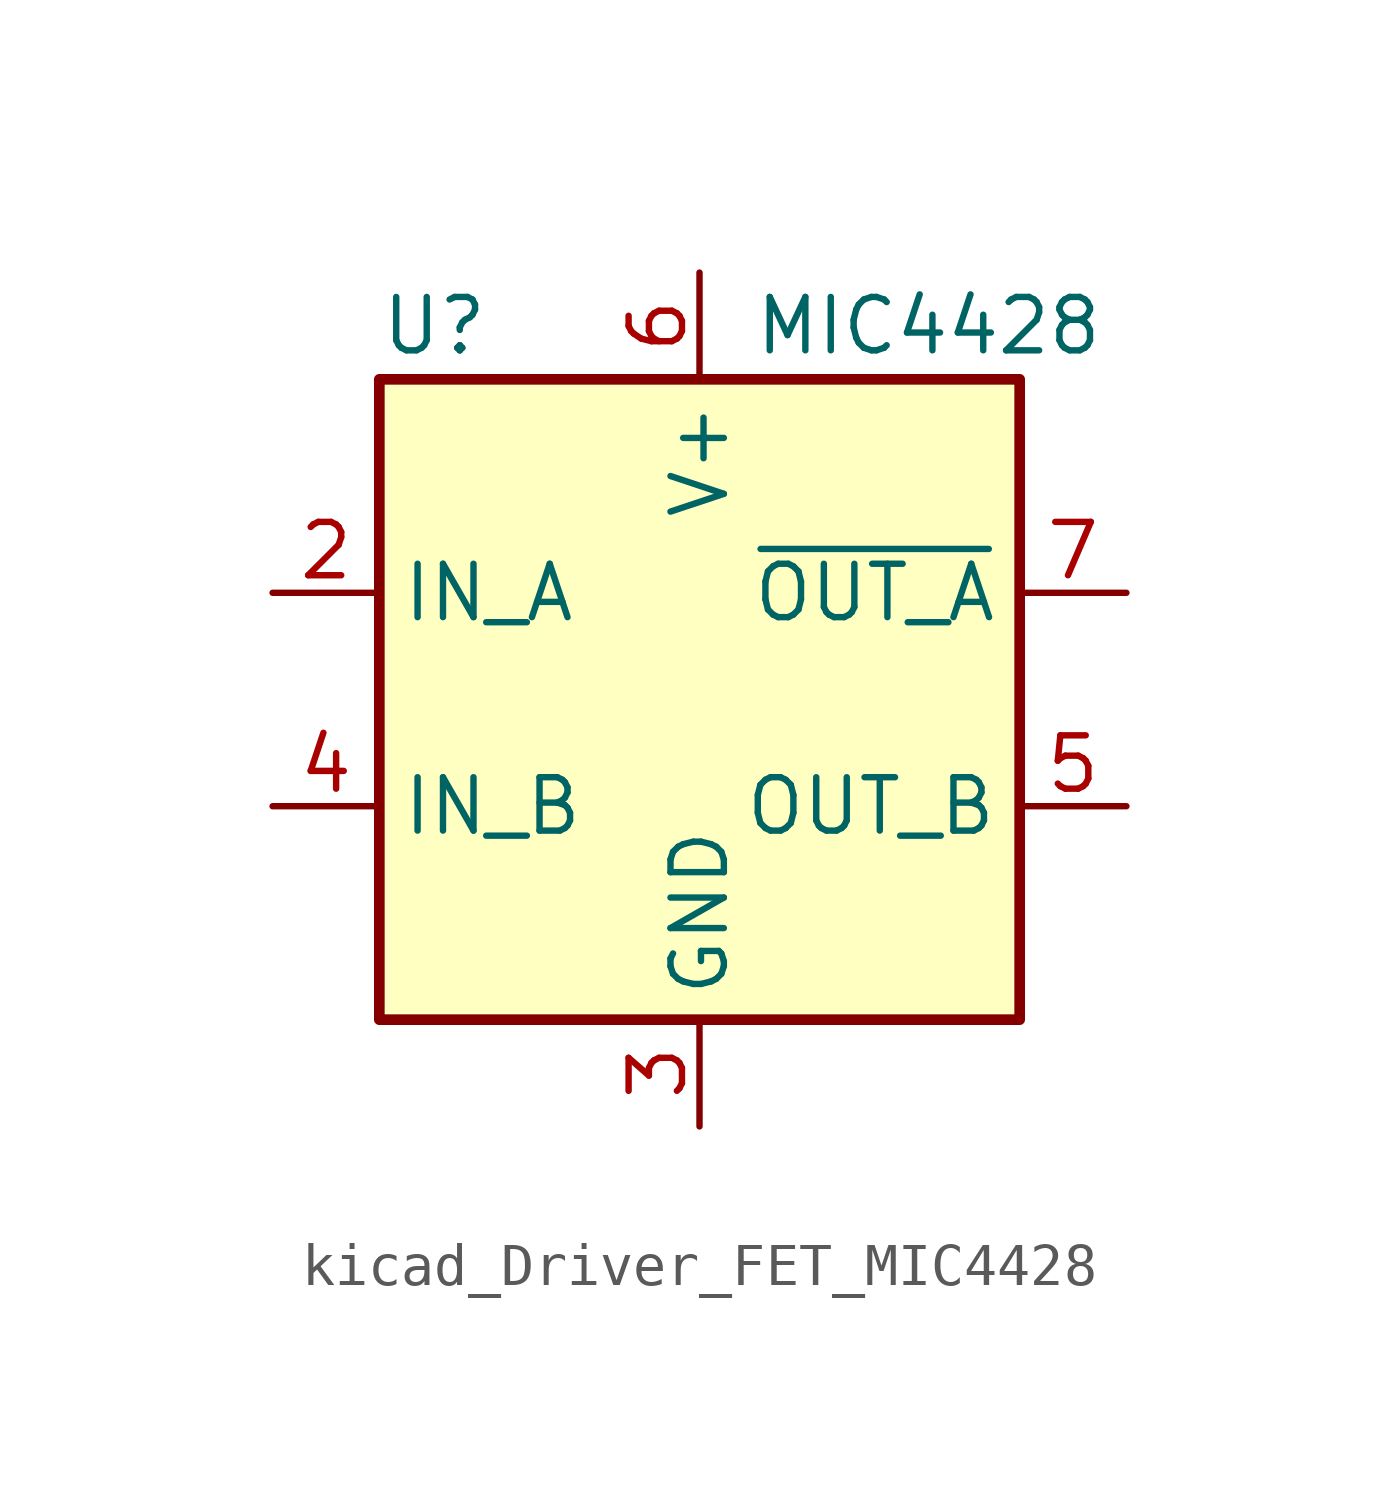
<source format=kicad_sym>
(kicad_symbol_lib
  (version 20220914)
  (generator kicad_symbol_editor)
  (symbol "kicad_Driver_FET_MIC4428"
    (property "Reference" "U"
      (at -7.62 8.89 0)
      (effects (font (size 1.27 1.27)) (justify left)))
    (property "Value" "MIC4428"
      (at 1.27 8.89 0)
      (effects (font (size 1.27 1.27)) (justify left)))
    (symbol "kicad_Driver_FET_MIC4428_0_1"
      (rectangle (start -7.62 -7.62) (end 7.62 7.62) (stroke (width 0.254) (type default)) (fill (type background))))
    (symbol "kicad_Driver_FET_MIC4428_1_1"
      (pin no_connect line (at -7.62 0 0) (length 2.54) hide (name "NC" (effects (font (size 1.27 1.27)))) (number "1" (effects (font (size 1.27 1.27)))))
      (pin input line (at -10.16 2.54 0) (length 2.54) (name "IN_A" (effects (font (size 1.27 1.27)))) (number "2" (effects (font (size 1.27 1.27)))))
      (pin power_in line (at 0 -10.16 90) (length 2.54) (name "GND" (effects (font (size 1.27 1.27)))) (number "3" (effects (font (size 1.27 1.27)))))
      (pin input line (at -10.16 -2.54 0) (length 2.54) (name "IN_B" (effects (font (size 1.27 1.27)))) (number "4" (effects (font (size 1.27 1.27)))))
      (pin output line (at 10.16 -2.54 180) (length 2.54) (name "OUT_B" (effects (font (size 1.27 1.27)))) (number "5" (effects (font (size 1.27 1.27)))))
      (pin power_in line (at 0 10.16 270) (length 2.54) (name "V+" (effects (font (size 1.27 1.27)))) (number "6" (effects (font (size 1.27 1.27)))))
      (pin output line (at 10.16 2.54 180) (length 2.54) (name "~{OUT_A}" (effects (font (size 1.27 1.27)))) (number "7" (effects (font (size 1.27 1.27)))))
      (pin no_connect line (at 7.62 0 180) (length 2.54) hide (name "NC" (effects (font (size 1.27 1.27)))) (number "8" (effects (font (size 1.27 1.27))))))))
</source>
